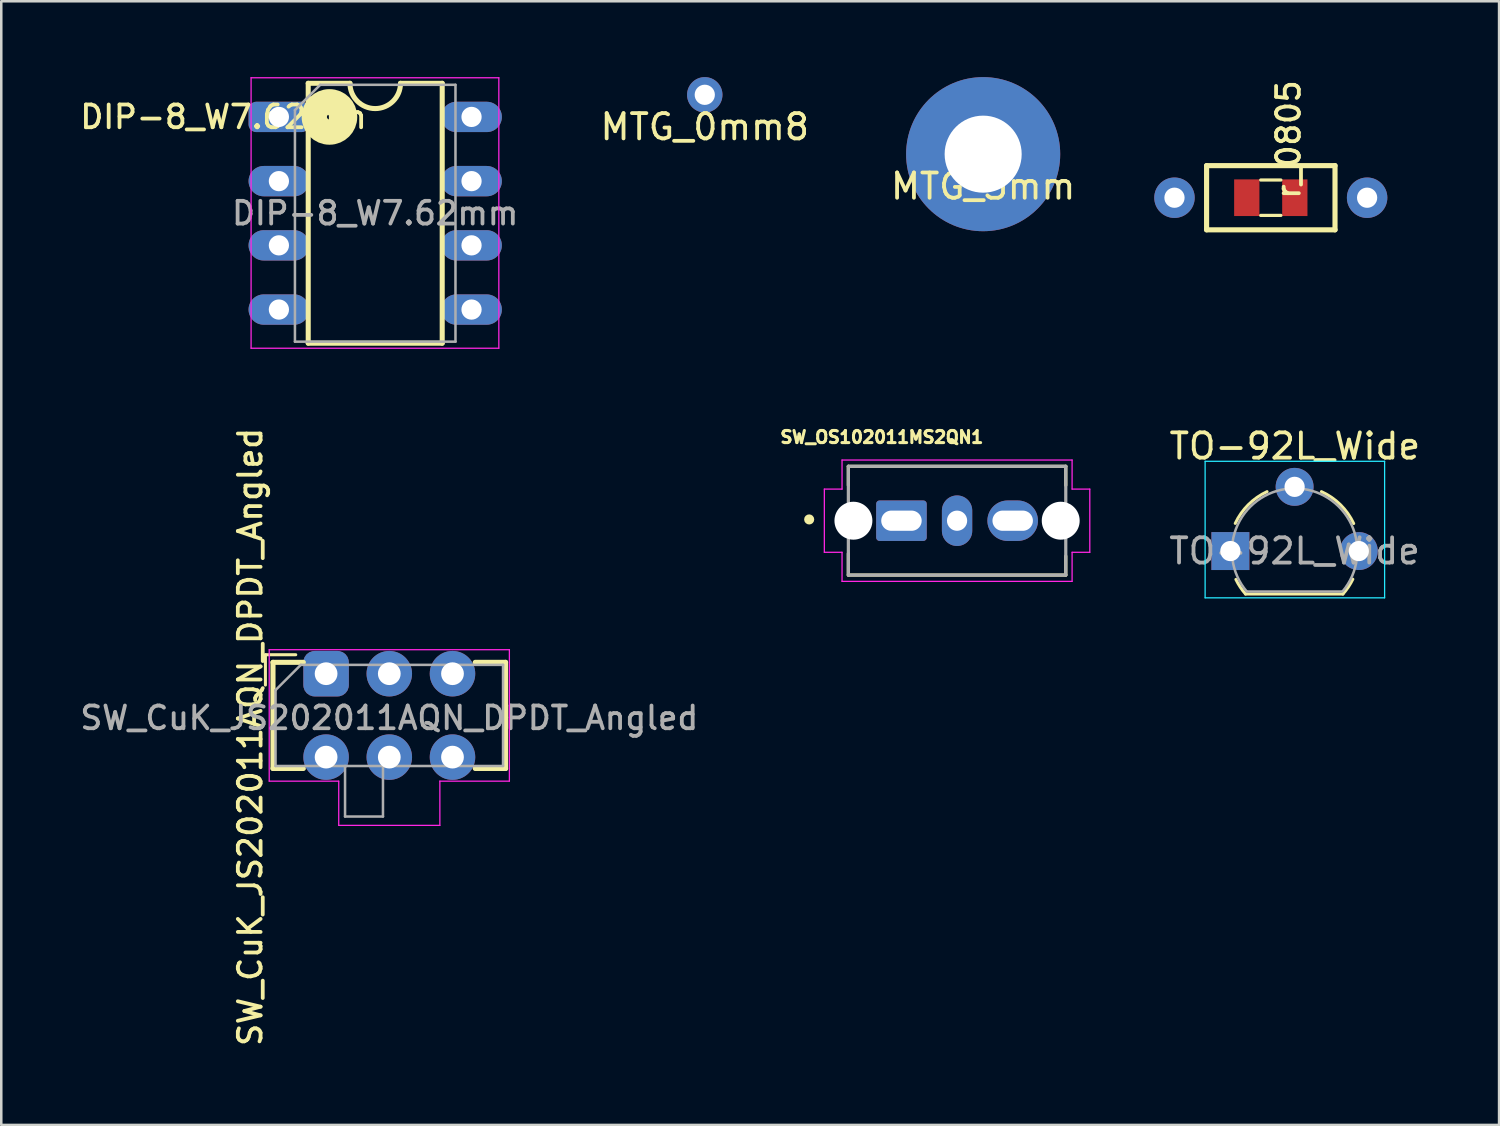
<source format=kicad_pcb>
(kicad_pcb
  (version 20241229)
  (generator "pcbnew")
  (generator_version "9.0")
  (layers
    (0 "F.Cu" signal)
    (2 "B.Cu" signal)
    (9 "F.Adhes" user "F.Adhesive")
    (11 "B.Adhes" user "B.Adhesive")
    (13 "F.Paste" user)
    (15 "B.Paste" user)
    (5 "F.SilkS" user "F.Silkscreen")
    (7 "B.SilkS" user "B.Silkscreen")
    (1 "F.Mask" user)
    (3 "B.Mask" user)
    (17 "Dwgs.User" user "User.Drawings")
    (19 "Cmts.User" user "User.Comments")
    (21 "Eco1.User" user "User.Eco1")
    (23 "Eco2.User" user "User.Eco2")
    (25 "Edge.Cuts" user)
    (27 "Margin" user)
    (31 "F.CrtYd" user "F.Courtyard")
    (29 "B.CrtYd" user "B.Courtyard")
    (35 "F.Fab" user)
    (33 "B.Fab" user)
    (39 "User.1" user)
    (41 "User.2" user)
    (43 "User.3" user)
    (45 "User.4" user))
  (footprint "SW_OS102011MS2QN1"
    (layer "F.Cu")
    (at 34.808 17.547)
    (property "Reference" "SW_OS102011MS2QN1" (at -2.977 -3.305 0) (layer "F.SilkS") (effects (font (size 0.48 0.48) (thickness 0.15))))
    (attr through_hole)
    (fp_line (start -4.3 -2.15) (end -4.3 -1.4) (stroke (width 0.127) (type solid)) (layer "F.SilkS"))
    (fp_line (start -4.3 1.3) (end -4.3 2.15) (stroke (width 0.127) (type solid)) (layer "F.SilkS"))
    (fp_line (start -4.3 2.15) (end 4.3 2.15) (stroke (width 0.127) (type solid)) (layer "F.SilkS"))
    (fp_line (start 4.3 -2.15) (end -4.3 -2.15) (stroke (width 0.127) (type solid)) (layer "F.SilkS"))
    (fp_line (start 4.3 -1.4) (end 4.3 -2.15) (stroke (width 0.127) (type solid)) (layer "F.SilkS"))
    (fp_line (start 4.3 2.15) (end 4.3 1.4) (stroke (width 0.127) (type solid)) (layer "F.SilkS"))
    (fp_circle (center -5.85 -0.05) (end -5.75 -0.05) (stroke (width 0.2) (type solid)) (fill no) (layer "F.SilkS"))
    (fp_line (start -5.25 -1.25) (end -4.55 -1.25) (stroke (width 0.05) (type solid)) (layer "F.CrtYd"))
    (fp_line (start -5.25 1.25) (end -5.25 -1.25) (stroke (width 0.05) (type solid)) (layer "F.CrtYd"))
    (fp_line (start -4.55 -2.4) (end 4.55 -2.4) (stroke (width 0.05) (type solid)) (layer "F.CrtYd"))
    (fp_line (start -4.55 -1.25) (end -4.55 -2.4) (stroke (width 0.05) (type solid)) (layer "F.CrtYd"))
    (fp_line (start -4.55 1.25) (end -5.25 1.25) (stroke (width 0.05) (type solid)) (layer "F.CrtYd"))
    (fp_line (start -4.55 2.4) (end -4.55 1.25) (stroke (width 0.05) (type solid)) (layer "F.CrtYd"))
    (fp_line (start 4.55 -2.4) (end 4.55 -1.25) (stroke (width 0.05) (type solid)) (layer "F.CrtYd"))
    (fp_line (start 4.55 -1.25) (end 5.25 -1.25) (stroke (width 0.05) (type solid)) (layer "F.CrtYd"))
    (fp_line (start 4.55 1.25) (end 4.55 2.4) (stroke (width 0.05) (type solid)) (layer "F.CrtYd"))
    (fp_line (start 4.55 2.4) (end -4.55 2.4) (stroke (width 0.05) (type solid)) (layer "F.CrtYd"))
    (fp_line (start 5.25 -1.25) (end 5.25 1.25) (stroke (width 0.05) (type solid)) (layer "F.CrtYd"))
    (fp_line (start 5.25 1.25) (end 4.55 1.25) (stroke (width 0.05) (type solid)) (layer "F.CrtYd"))
    (fp_line (start -4.3 -2.15) (end 4.3 -2.15) (stroke (width 0.127) (type solid)) (layer "F.Fab"))
    (fp_line (start -4.3 2.15) (end -4.3 -2.15) (stroke (width 0.127) (type solid)) (layer "F.Fab"))
    (fp_line (start 4.3 -2.15) (end 4.3 2.15) (stroke (width 0.127) (type solid)) (layer "F.Fab"))
    (fp_line (start 4.3 2.15) (end -4.3 2.15) (stroke (width 0.127) (type solid)) (layer "F.Fab"))
    (fp_circle (center -2.1 -0.05) (end -2 -0.05) (stroke (width 0.2) (type solid)) (fill no) (layer "F.Fab"))
    (pad "" np_thru_hole circle (at -4.1 0) (size 1.5 1.5) (drill 1.5) (layers "*.Cu" "*.Mask"))
    (pad "" np_thru_hole circle (at 4.1 0) (size 1.5 1.5) (drill 1.5) (layers "*.Cu" "*.Mask"))
    (pad "1" thru_hole roundrect (at -2.2 0) (size 2 1.6) (drill oval 1.6 0.8) (layers "*.Cu" "*.Mask") (roundrect_rratio 0.083))
    (pad "2" thru_hole oval (at 0 0) (size 1.2 2) (drill 0.8) (layers "*.Cu" "*.Mask"))
    (pad "3" thru_hole oval (at 2.2 0) (size 2 1.6) (drill oval 1.6 0.8) (layers "*.Cu" "*.Mask")))
  (footprint "r_0805"
    (layer "F.Cu")
    (at 47.218 4.771)
    (property "Reference" "r_0805" (at 0.7 -2.3 270) (layer "F.SilkS") (effects (font (size 0.9 0.9) (thickness 0.15))))
    (attr smd)
    (fp_line (start -2.54 -1.27) (end -2.54 1.27) (stroke (width 0.203) (type solid)) (layer "F.SilkS"))
    (fp_line (start -2.54 1.27) (end 2.54 1.27) (stroke (width 0.203) (type solid)) (layer "F.SilkS"))
    (fp_line (start -0.4 -0.7) (end 0.4 -0.7) (stroke (width 0.127) (type solid)) (layer "F.SilkS"))
    (fp_line (start 0.4 0.7) (end -0.4 0.7) (stroke (width 0.127) (type solid)) (layer "F.SilkS"))
    (fp_line (start 2.54 -1.27) (end -2.54 -1.27) (stroke (width 0.203) (type solid)) (layer "F.SilkS"))
    (fp_line (start 2.54 1.27) (end 2.54 -1.27) (stroke (width 0.203) (type solid)) (layer "F.SilkS"))
    (pad "1" thru_hole circle (at -3.81 0) (size 1.6 1.6) (drill 0.8) (layers "*.Cu" "*.Mask"))
    (pad "1" smd rect (at -0.95 0) (size 1 1.45) (layers "F.Cu" "F.Mask" "F.Paste"))
    (pad "2" smd rect (at 0.95 0) (size 1 1.45) (layers "F.Cu" "F.Mask" "F.Paste"))
    (pad "2" thru_hole circle (at 3.81 0) (size 1.6 1.6) (drill 0.8) (layers "*.Cu" "*.Mask")))
  (footprint "DIP-8_W7.62mm"
    (layer "F.Cu")
    (at 7.982 1.575)
    (property "Reference" "DIP-8_W7.62mm" (at -2.19 0 180) (layer "F.SilkS") (effects (font (size 0.9 0.9) (thickness 0.15))))
    (attr through_hole)
    (fp_line (start 1.16 -1.33) (end 1.16 8.95) (stroke (width 0.2) (type solid)) (layer "F.SilkS"))
    (fp_line (start 1.16 8.95) (end 6.46 8.95) (stroke (width 0.2) (type solid)) (layer "F.SilkS"))
    (fp_line (start 2.81 -1.33) (end 1.16 -1.33) (stroke (width 0.2) (type solid)) (layer "F.SilkS"))
    (fp_line (start 6.46 -1.33) (end 4.81 -1.33) (stroke (width 0.2) (type solid)) (layer "F.SilkS"))
    (fp_line (start 6.46 8.95) (end 6.46 -1.33) (stroke (width 0.2) (type solid)) (layer "F.SilkS"))
    (fp_arc (start 4.81 -1.33) (mid 3.81 -0.33) (end 2.81 -1.33) (stroke (width 0.2) (type solid)) (layer "F.SilkS"))
    (fp_circle (center 2 0) (end 2.1 0) (stroke (width 1) (type solid)) (fill no) (layer "F.SilkS"))
    (fp_line (start -1.1 -1.55) (end -1.1 9.15) (stroke (width 0.05) (type solid)) (layer "F.CrtYd"))
    (fp_line (start -1.1 9.15) (end 8.7 9.15) (stroke (width 0.05) (type solid)) (layer "F.CrtYd"))
    (fp_line (start 8.7 -1.55) (end -1.1 -1.55) (stroke (width 0.05) (type solid)) (layer "F.CrtYd"))
    (fp_line (start 8.7 9.15) (end 8.7 -1.55) (stroke (width 0.05) (type solid)) (layer "F.CrtYd"))
    (fp_line (start 0.635 -0.27) (end 1.635 -1.27) (stroke (width 0.1) (type solid)) (layer "F.Fab"))
    (fp_line (start 0.635 8.89) (end 0.635 -0.27) (stroke (width 0.1) (type solid)) (layer "F.Fab"))
    (fp_line (start 1.635 -1.27) (end 6.985 -1.27) (stroke (width 0.1) (type solid)) (layer "F.Fab"))
    (fp_line (start 6.985 -1.27) (end 6.985 8.89) (stroke (width 0.1) (type solid)) (layer "F.Fab"))
    (fp_line (start 6.985 8.89) (end 0.635 8.89) (stroke (width 0.1) (type solid)) (layer "F.Fab"))
    (fp_text user "${REFERENCE}" (at 3.81 3.81 180) (layer "F.Fab") (effects (font (size 0.9 0.9) (thickness 0.15))))
    (pad "1" thru_hole roundrect (at 0 0) (size 2.4 1.2) (drill 0.8) (layers "*.Cu" "*.Mask") (roundrect_rratio 0.25))
    (pad "2" thru_hole oval (at 0 2.54) (size 2.4 1.2) (drill 0.8) (layers "*.Cu" "*.Mask"))
    (pad "3" thru_hole oval (at 0 5.08) (size 2.4 1.2) (drill 0.8) (layers "*.Cu" "*.Mask"))
    (pad "4" thru_hole oval (at 0 7.62) (size 2.4 1.2) (drill 0.8) (layers "*.Cu" "*.Mask"))
    (pad "5" thru_hole oval (at 7.62 7.62) (size 2.4 1.2) (drill 0.8) (layers "*.Cu" "*.Mask"))
    (pad "6" thru_hole oval (at 7.62 5.08) (size 2.4 1.2) (drill 0.8) (layers "*.Cu" "*.Mask"))
    (pad "7" thru_hole oval (at 7.62 2.54) (size 2.4 1.2) (drill 0.8) (layers "*.Cu" "*.Mask"))
    (pad "8" thru_hole oval (at 7.62 0) (size 2.4 1.2) (drill 0.8) (layers "*.Cu" "*.Mask")))
  (footprint "MTG_0mm8"
    (layer "F.Cu")
    (at 24.828 0.7)
    (property "Reference" "MTG_0mm8" (at 0 1.27 0) (layer "F.SilkS") (effects (font (size 1 1) (thickness 0.15))))
    (attr through_hole)
    (pad "1" thru_hole circle (at 0 0) (size 1.4 1.4) (drill 0.8) (layers "*.Cu" "*.Mask")))
  (footprint "MTG_3mm"
    (layer "F.Cu")
    (at 35.84 3.048)
    (property "Reference" "MTG_3mm" (at 0 1.27 0) (layer "F.SilkS") (effects (font (size 1 1) (thickness 0.15))))
    (attr through_hole)
    (pad "1" thru_hole circle (at 0 0) (size 6.096 6.096) (drill 3.048) (layers "*.Cu" "*.Mask")))
  (footprint "SW_CuK_JS202011AQN_DPDT_Angled"
    (layer "F.Cu")
    (at 9.849 23.599)
    (property "Reference" "SW_CuK_JS202011AQN_DPDT_Angled" (at -3 2.5 270) (layer "F.SilkS") (effects (font (size 0.9 0.9) (thickness 0.15))))
    (attr through_hole)
    (fp_line (start -2.4 -0.75) (end -2.4 0.45) (stroke (width 0.12) (type solid)) (layer "F.SilkS"))
    (fp_line (start -2.1 -0.45) (end -2.1 3.75) (stroke (width 0.2) (type solid)) (layer "F.SilkS"))
    (fp_line (start -2.1 3.75) (end -0.9 3.75) (stroke (width 0.2) (type solid)) (layer "F.SilkS"))
    (fp_line (start -1.2 -0.75) (end -2.4 -0.75) (stroke (width 0.12) (type solid)) (layer "F.SilkS"))
    (fp_line (start -0.9 -0.45) (end -2.1 -0.45) (stroke (width 0.2) (type solid)) (layer "F.SilkS"))
    (fp_line (start 5.9 -0.45) (end 7.1 -0.45) (stroke (width 0.2) (type solid)) (layer "F.SilkS"))
    (fp_line (start 7.1 -0.45) (end 7.1 3.75) (stroke (width 0.2) (type solid)) (layer "F.SilkS"))
    (fp_line (start 7.1 3.75) (end 5.9 3.75) (stroke (width 0.2) (type solid)) (layer "F.SilkS"))
    (fp_line (start -2.25 -0.95) (end 7.25 -0.95) (stroke (width 0.05) (type solid)) (layer "F.CrtYd"))
    (fp_line (start -2.25 4.25) (end -2.25 -0.95) (stroke (width 0.05) (type solid)) (layer "F.CrtYd"))
    (fp_line (start 0.5 4.25) (end -2.25 4.25) (stroke (width 0.05) (type solid)) (layer "F.CrtYd"))
    (fp_line (start 0.5 4.25) (end 0.5 6) (stroke (width 0.05) (type solid)) (layer "F.CrtYd"))
    (fp_line (start 4.5 6) (end 0.5 6) (stroke (width 0.05) (type solid)) (layer "F.CrtYd"))
    (fp_line (start 4.5 6) (end 4.5 4.25) (stroke (width 0.05) (type solid)) (layer "F.CrtYd"))
    (fp_line (start 7.25 -0.95) (end 7.25 4.25) (stroke (width 0.05) (type solid)) (layer "F.CrtYd"))
    (fp_line (start 7.25 4.25) (end 4.5 4.25) (stroke (width 0.05) (type solid)) (layer "F.CrtYd"))
    (fp_line (start -2 3.65) (end -2 0.65) (stroke (width 0.1) (type solid)) (layer "F.Fab"))
    (fp_line (start -1 -0.35) (end -2 0.65) (stroke (width 0.1) (type solid)) (layer "F.Fab"))
    (fp_line (start -1 -0.35) (end 7 -0.35) (stroke (width 0.1) (type solid)) (layer "F.Fab"))
    (fp_line (start 0.75 3.65) (end 0.75 5.65) (stroke (width 0.1) (type solid)) (layer "F.Fab"))
    (fp_line (start 0.75 5.65) (end 2.25 5.65) (stroke (width 0.1) (type solid)) (layer "F.Fab"))
    (fp_line (start 2.25 5.65) (end 2.25 3.65) (stroke (width 0.1) (type solid)) (layer "F.Fab"))
    (fp_line (start 7 -0.35) (end 7 3.65) (stroke (width 0.1) (type solid)) (layer "F.Fab"))
    (fp_line (start 7 3.65) (end -2 3.65) (stroke (width 0.1) (type solid)) (layer "F.Fab"))
    (fp_text user "${REFERENCE}" (at 2.5 1.75 0) (layer "F.Fab") (effects (font (size 0.9 0.9) (thickness 0.15))))
    (pad "1" thru_hole roundrect (at 0 0) (size 1.8 1.8) (drill 0.9) (layers "*.Cu" "*.Mask") (roundrect_rratio 0.25))
    (pad "2" thru_hole circle (at 2.5 0) (size 1.8 1.8) (drill 0.9) (layers "*.Cu" "*.Mask"))
    (pad "3" thru_hole circle (at 5 0) (size 1.8 1.8) (drill 0.9) (layers "*.Cu" "*.Mask"))
    (pad "4" thru_hole circle (at 0 3.3) (size 1.8 1.8) (drill 0.9) (layers "*.Cu" "*.Mask"))
    (pad "5" thru_hole circle (at 2.5 3.3) (size 1.8 1.8) (drill 0.9) (layers "*.Cu" "*.Mask"))
    (pad "6" thru_hole circle (at 5 3.3) (size 1.8 1.8) (drill 0.9) (layers "*.Cu" "*.Mask")))
  (footprint "TO-92L_Wide"
    (layer "F.Cu")
    (at 48.16 18.748)
    (property "Reference" "TO-92L_Wide" (at 0.01 -4.15 0) (layer "F.SilkS") (effects (font (size 1 1) (thickness 0.15))))
    (attr through_hole)
    (fp_line (start -1.94 1.7) (end 1.91 1.7) (stroke (width 0.12) (type solid)) (layer "F.SilkS"))
    (fp_arc (start -2.347774 -1.094786) (mid -1.829881 -1.833613) (end -1.09 -2.35) (stroke (width 0.12) (type solid)) (layer "F.SilkS"))
    (fp_arc (start -1.94 1.7) (mid -2.150817 1.423933) (end -2.322631 1.122045) (stroke (width 0.12) (type solid)) (layer "F.SilkS"))
    (fp_arc (start 1.06 -2.35) (mid 1.811408 -1.834367) (end 2.336463 -1.089513) (stroke (width 0.12) (type solid)) (layer "F.SilkS"))
    (fp_arc (start 2.302383 1.112264) (mid 2.126594 1.419753) (end 1.91 1.7) (stroke (width 0.12) (type solid)) (layer "F.SilkS"))
    (fp_line (start -3.54 -3.55) (end -3.54 1.85) (stroke (width 0.05) (type solid)) (layer "B.CrtYd"))
    (fp_line (start -3.54 1.85) (end 3.56 1.85) (stroke (width 0.05) (type solid)) (layer "B.CrtYd"))
    (fp_line (start 3.56 -3.55) (end -3.54 -3.55) (stroke (width 0.05) (type solid)) (layer "B.CrtYd"))
    (fp_line (start 3.56 1.85) (end 3.56 -3.55) (stroke (width 0.05) (type solid)) (layer "B.CrtYd"))
    (fp_line (start -1.89 1.6) (end 1.86 1.6) (stroke (width 0.1) (type solid)) (layer "F.Fab"))
    (fp_arc (start -1.892818 1.602385) (mid -2.249924 -1.043188) (end 0 -2.48) (stroke (width 0.1) (type solid)) (layer "F.Fab"))
    (fp_arc (start 0 -2.48) (mid 2.247211 -1.049019) (end 1.901103 1.592547) (stroke (width 0.1) (type solid)) (layer "F.Fab"))
    (fp_text user "${REFERENCE}" (at 0 0 0) (layer "F.Fab") (effects (font (size 1 1) (thickness 0.15))))
    (pad "1" thru_hole rect (at -2.54 0) (size 1.5 1.5) (drill 0.8) (layers "*.Cu" "*.Mask"))
    (pad "2" thru_hole circle (at 0 -2.54) (size 1.5 1.5) (drill 0.8) (layers "*.Cu" "*.Mask"))
    (pad "3" thru_hole circle (at 2.54 0) (size 1.5 1.5) (drill 0.8) (layers "*.Cu" "*.Mask")))
  (gr_rect
    (start -3 -3)
    (end 56.248 41.449)
    (stroke (width 0.1) (type default))
    (fill no)
    (layer "Edge.Cuts")))
</source>
